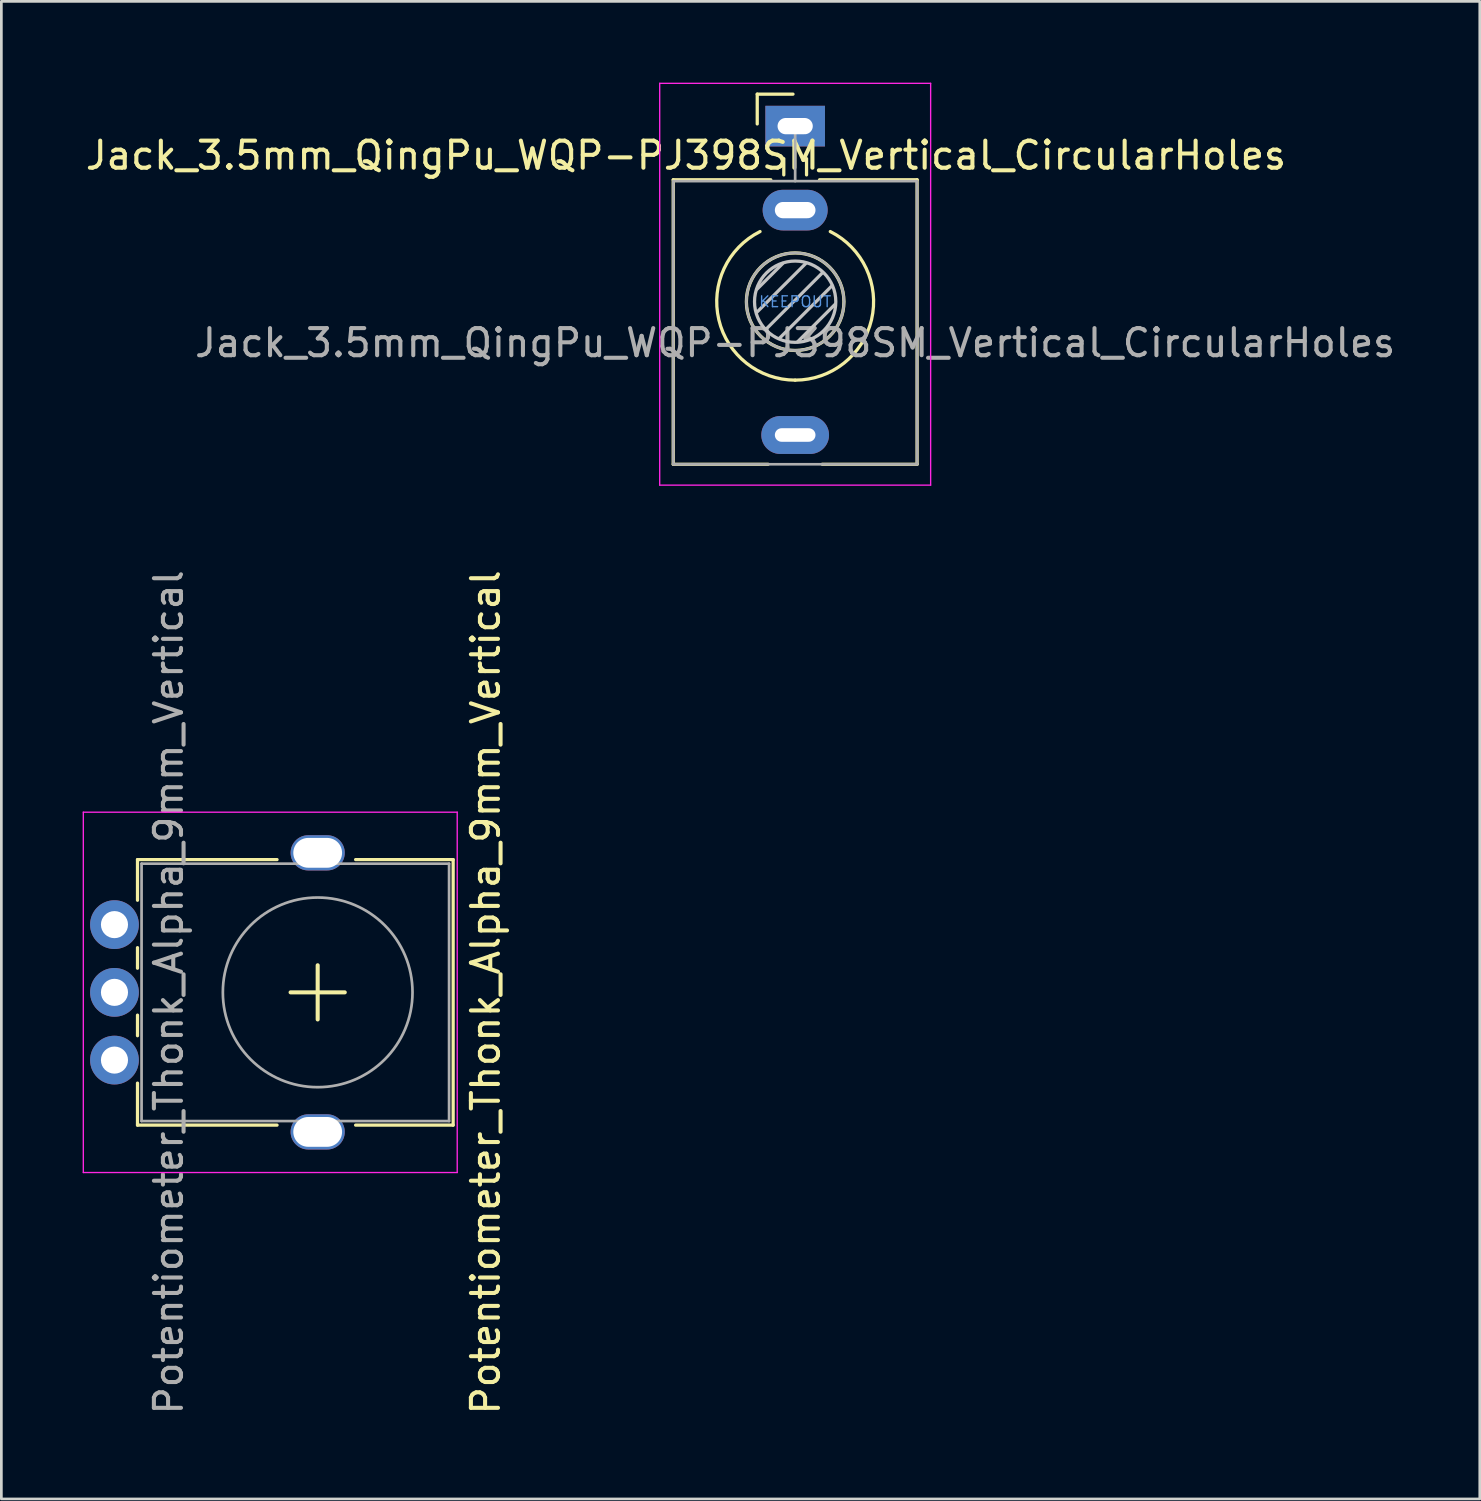
<source format=kicad_pcb>
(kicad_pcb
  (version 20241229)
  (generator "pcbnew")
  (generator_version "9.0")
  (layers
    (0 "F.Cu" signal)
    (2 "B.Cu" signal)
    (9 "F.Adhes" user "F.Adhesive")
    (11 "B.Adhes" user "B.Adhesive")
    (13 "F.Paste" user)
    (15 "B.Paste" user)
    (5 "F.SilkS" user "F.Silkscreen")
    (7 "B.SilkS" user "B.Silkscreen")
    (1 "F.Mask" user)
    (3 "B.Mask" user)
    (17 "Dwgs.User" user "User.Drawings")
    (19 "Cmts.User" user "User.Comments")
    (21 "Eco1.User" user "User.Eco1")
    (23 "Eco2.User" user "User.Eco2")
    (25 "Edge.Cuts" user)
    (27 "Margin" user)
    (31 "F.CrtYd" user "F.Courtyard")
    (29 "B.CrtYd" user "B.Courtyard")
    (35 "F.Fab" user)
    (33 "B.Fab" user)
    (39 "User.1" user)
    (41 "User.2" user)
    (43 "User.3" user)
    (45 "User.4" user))
  (footprint "Potentiometer_Thonk_Alpha_9mm_Vertical"
    (layer "F.Cu")
    (at 1.175 36.076)
    (property "Reference" "Potentiometer_Thonk_Alpha_9mm_Vertical" (at 13.7 -2.5 90) (layer "F.SilkS") (effects (font (size 1 1) (thickness 0.15))))
    (attr through_hole)
    (fp_line (start 0.85 -7.4) (end 0.85 -5.9) (stroke (width 0.12) (type solid)) (layer "F.SilkS"))
    (fp_line (start 0.85 -7.4) (end 6 -7.4) (stroke (width 0.12) (type solid)) (layer "F.SilkS"))
    (fp_line (start 0.85 -4.15) (end 0.85 -3.391) (stroke (width 0.12) (type solid)) (layer "F.SilkS"))
    (fp_line (start 0.85 -1.659) (end 0.85 -0.9) (stroke (width 0.12) (type solid)) (layer "F.SilkS"))
    (fp_line (start 0.85 0.85) (end 0.85 2.4) (stroke (width 0.12) (type solid)) (layer "F.SilkS"))
    (fp_line (start 0.85 2.4) (end 6 2.4) (stroke (width 0.12) (type solid)) (layer "F.SilkS"))
    (fp_line (start 7.5 -2.5) (end 6.5 -2.5) (stroke (width 0.15) (type solid)) (layer "F.SilkS"))
    (fp_line (start 7.5 -2.5) (end 7.5 -3.5) (stroke (width 0.15) (type solid)) (layer "F.SilkS"))
    (fp_line (start 7.5 -2.5) (end 7.5 -1.5) (stroke (width 0.15) (type solid)) (layer "F.SilkS"))
    (fp_line (start 7.5 -2.5) (end 8.5 -2.5) (stroke (width 0.15) (type solid)) (layer "F.SilkS"))
    (fp_line (start 8.9 -7.4) (end 12.5 -7.4) (stroke (width 0.12) (type solid)) (layer "F.SilkS"))
    (fp_line (start 8.9 2.4) (end 12.5 2.4) (stroke (width 0.12) (type solid)) (layer "F.SilkS"))
    (fp_line (start 12.5 -7.4) (end 12.5 2.4) (stroke (width 0.12) (type solid)) (layer "F.SilkS"))
    (fp_line (start -1.15 -9.15) (end -1.15 4.15) (stroke (width 0.05) (type solid)) (layer "F.CrtYd"))
    (fp_line (start -1.15 4.15) (end 12.65 4.15) (stroke (width 0.05) (type solid)) (layer "F.CrtYd"))
    (fp_line (start 12.65 -9.15) (end -1.15 -9.15) (stroke (width 0.05) (type solid)) (layer "F.CrtYd"))
    (fp_line (start 12.65 4.15) (end 12.65 -9.15) (stroke (width 0.05) (type solid)) (layer "F.CrtYd"))
    (fp_line (start 1 -7.25) (end 1 2.25) (stroke (width 0.1) (type solid)) (layer "F.Fab"))
    (fp_line (start 1 2.25) (end 12.35 2.25) (stroke (width 0.1) (type solid)) (layer "F.Fab"))
    (fp_line (start 12.35 -7.25) (end 1 -7.25) (stroke (width 0.1) (type solid)) (layer "F.Fab"))
    (fp_line (start 12.35 2.25) (end 12.35 -7.25) (stroke (width 0.1) (type solid)) (layer "F.Fab"))
    (fp_circle (center 7.5 -2.5) (end 11 -2.5) (stroke (width 0.1) (type solid)) (fill no) (layer "F.Fab"))
    (fp_text user "${REFERENCE}" (at 2 -2.5 90) (layer "F.Fab") (effects (font (size 1 1) (thickness 0.15))))
    (pad "" thru_hole oval (at 7.5 -7.65 90) (size 1.3 2) (drill oval 1.1 1.8) (layers "*.Cu" "*.Mask"))
    (pad "" thru_hole oval (at 7.5 2.65 90) (size 1.3 2) (drill oval 1.1 1.8) (layers "*.Cu" "*.Mask"))
    (pad "1" thru_hole circle (at 0 0) (size 1.8 1.8) (drill 1) (layers "*.Cu" "*.Mask"))
    (pad "2" thru_hole circle (at 0 -2.5) (size 1.8 1.8) (drill 1) (layers "*.Cu" "*.Mask"))
    (pad "3" thru_hole circle (at 0 -5) (size 1.8 1.8) (drill 1) (layers "*.Cu" "*.Mask")))
  (footprint "Jack_3.5mm_QingPu_WQP-PJ398SM_Vertical_CircularHoles"
    (layer "F.Cu")
    (at 26.298 1.605)
    (property "Reference" "Jack_3.5mm_QingPu_WQP-PJ398SM_Vertical_CircularHoles" (at -4.03 1.08 180) (layer "F.SilkS") (effects (font (size 1 1) (thickness 0.15))))
    (attr through_hole)
    (fp_line (start -4.5 1.98) (end -4.5 12.48) (stroke (width 0.12) (type solid)) (layer "F.SilkS"))
    (fp_line (start -1.4 -1.18) (end -1.4 -0.08) (stroke (width 0.12) (type solid)) (layer "F.SilkS"))
    (fp_line (start -1.4 -1.18) (end -0.08 -1.18) (stroke (width 0.12) (type solid)) (layer "F.SilkS"))
    (fp_line (start -1 12.48) (end -4.5 12.48) (stroke (width 0.12) (type solid)) (layer "F.SilkS"))
    (fp_line (start -0.9 1.98) (end -4.5 1.98) (stroke (width 0.12) (type solid)) (layer "F.SilkS"))
    (fp_line (start -0.42 1.2) (end -0.42 1.8) (stroke (width 0.12) (type solid)) (layer "F.SilkS"))
    (fp_line (start 0.42 1.2) (end 0.42 1.8) (stroke (width 0.12) (type solid)) (layer "F.SilkS"))
    (fp_line (start 4.5 1.98) (end 0.9 1.98) (stroke (width 0.12) (type solid)) (layer "F.SilkS"))
    (fp_line (start 4.5 1.98) (end 4.5 12.48) (stroke (width 0.12) (type solid)) (layer "F.SilkS"))
    (fp_line (start 4.5 12.48) (end 1 12.48) (stroke (width 0.12) (type solid)) (layer "F.SilkS"))
    (fp_arc (start 0 9.375) (mid -2.817353 7.145994) (end -1.296263 3.891423) (stroke (width 0.12) (type solid)) (layer "F.SilkS"))
    (fp_arc (start 1.296263 3.891423) (mid 2.817353 7.145994) (end 0 9.375) (stroke (width 0.12) (type solid)) (layer "F.SilkS"))
    (fp_circle (center 0 6.48) (end 1.8 6.48) (stroke (width 0.12) (type solid)) (fill no) (layer "F.SilkS"))
    (fp_line (start -1.42 6.875) (end 0.4 5.06) (stroke (width 0.12) (type solid)) (layer "Dwgs.User"))
    (fp_line (start -1.41 6.02) (end -0.46 5.07) (stroke (width 0.12) (type solid)) (layer "Dwgs.User"))
    (fp_line (start -1.07 7.49) (end 1.01 5.41) (stroke (width 0.12) (type solid)) (layer "Dwgs.User"))
    (fp_line (start -0.58 7.83) (end 1.36 5.89) (stroke (width 0.12) (type solid)) (layer "Dwgs.User"))
    (fp_line (start 0.09 7.96) (end 1.48 6.57) (stroke (width 0.12) (type solid)) (layer "Dwgs.User"))
    (fp_circle (center 0 6.48) (end 1.5 6.48) (stroke (width 0.12) (type solid)) (fill no) (layer "Dwgs.User"))
    (fp_line (start -5 13.25) (end -5 -1.58) (stroke (width 0.05) (type solid)) (layer "F.CrtYd"))
    (fp_line (start 5 -1.58) (end -5 -1.58) (stroke (width 0.05) (type solid)) (layer "F.CrtYd"))
    (fp_line (start 5 13.25) (end -5 13.25) (stroke (width 0.05) (type solid)) (layer "F.CrtYd"))
    (fp_line (start 5 13.25) (end 5 -1.58) (stroke (width 0.05) (type solid)) (layer "F.CrtYd"))
    (fp_line (start -4.5 12.48) (end -4.5 2.08) (stroke (width 0.1) (type solid)) (layer "F.Fab"))
    (fp_line (start 0 0) (end 0 2.03) (stroke (width 0.1) (type solid)) (layer "F.Fab"))
    (fp_line (start 4.5 2.03) (end -4.5 2.03) (stroke (width 0.1) (type solid)) (layer "F.Fab"))
    (fp_line (start 4.5 12.48) (end -4.5 12.48) (stroke (width 0.1) (type solid)) (layer "F.Fab"))
    (fp_line (start 4.5 12.48) (end 4.5 2.08) (stroke (width 0.1) (type solid)) (layer "F.Fab"))
    (fp_circle (center 0 6.48) (end 1.8 6.48) (stroke (width 0.1) (type solid)) (fill no) (layer "F.Fab"))
    (fp_text user "KEEPOUT" (at 0 6.48 0) (layer "Cmts.User") (effects (font (size 0.4 0.4) (thickness 0.051))))
    (fp_text user "${REFERENCE}" (at 0 8 180) (layer "F.Fab") (effects (font (size 1 1) (thickness 0.15))))
    (pad "S" thru_hole rect (at 0 0 180) (size 2.2 1.5) (drill oval 1.3 0.6) (layers "*.Cu" "*.Mask"))
    (pad "T" thru_hole oval (at 0 11.4 180) (size 2.5 1.4) (drill oval 1.5 0.5) (layers "*.Cu" "*.Mask"))
    (pad "TN" thru_hole oval (at 0 3.1 180) (size 2.4 1.5) (drill oval 1.5 0.6) (layers "*.Cu" "*.Mask")))
  (gr_rect
    (start -3 -3)
    (end 51.566 52.273)
    (stroke (width 0.1) (type default))
    (fill no)
    (layer "Edge.Cuts")))
</source>
